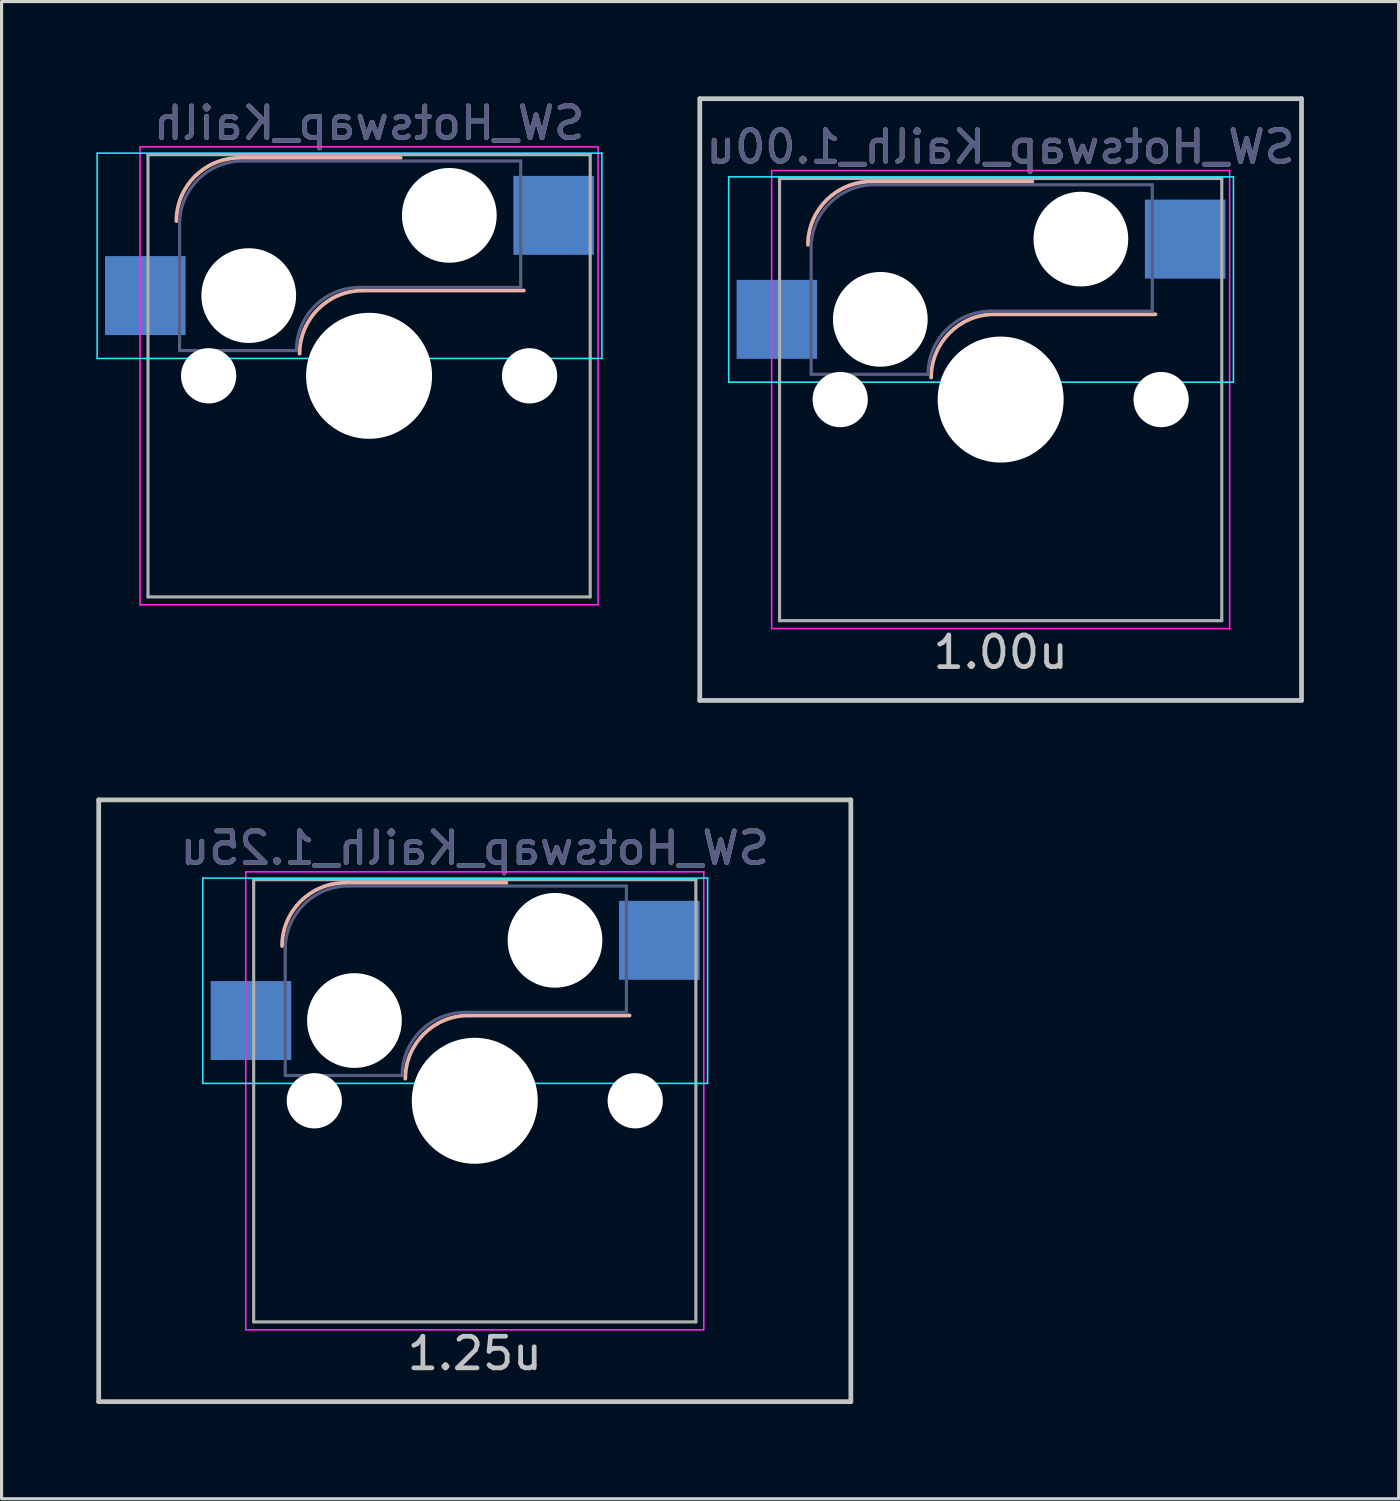
<source format=kicad_pcb>
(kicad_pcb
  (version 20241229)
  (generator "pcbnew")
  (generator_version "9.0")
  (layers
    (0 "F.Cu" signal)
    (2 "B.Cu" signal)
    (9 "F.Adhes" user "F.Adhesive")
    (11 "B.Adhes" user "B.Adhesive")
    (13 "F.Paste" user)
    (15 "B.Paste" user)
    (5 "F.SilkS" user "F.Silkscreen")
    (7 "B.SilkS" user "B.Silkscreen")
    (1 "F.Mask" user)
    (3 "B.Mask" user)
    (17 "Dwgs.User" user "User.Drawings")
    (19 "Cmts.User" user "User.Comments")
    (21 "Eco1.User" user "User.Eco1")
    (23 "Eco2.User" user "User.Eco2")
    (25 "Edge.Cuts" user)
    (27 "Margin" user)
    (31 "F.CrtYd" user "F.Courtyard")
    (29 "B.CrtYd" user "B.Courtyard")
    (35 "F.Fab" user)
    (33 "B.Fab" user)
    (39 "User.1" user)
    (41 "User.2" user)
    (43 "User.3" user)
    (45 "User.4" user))
  (footprint "SW_Hotswap_Kailh_1.25u"
    (layer "F.Cu")
    (at 11.981 31.8)
    (property "Reference" "SW_Hotswap_Kailh_1.25u" (at 0 -8 0) (layer "B.SilkS") (effects (font (size 1 1) (thickness 0.15)) (justify mirror)))
    (attr smd)
    (fp_line (start 1 -6.9) (end -4.1 -6.9) (stroke (width 0.12) (type solid)) (layer "B.SilkS"))
    (fp_line (start 4.9 -2.7) (end -0.2 -2.7) (stroke (width 0.12) (type solid)) (layer "B.SilkS"))
    (fp_arc (start -6.1 -4.9) (mid -5.514214 -6.314214) (end -4.1 -6.9) (stroke (width 0.12) (type solid)) (layer "B.SilkS"))
    (fp_arc (start -2.2 -0.7) (mid -1.614214 -2.114214) (end -0.2 -2.7) (stroke (width 0.12) (type solid)) (layer "B.SilkS"))
    (fp_line (start -11.906 -9.525) (end 11.906 -9.525) (stroke (width 0.15) (type solid)) (layer "Dwgs.User"))
    (fp_line (start -11.906 9.525) (end -11.906 -9.525) (stroke (width 0.15) (type solid)) (layer "Dwgs.User"))
    (fp_line (start 11.906 -9.525) (end 11.906 9.525) (stroke (width 0.15) (type solid)) (layer "Dwgs.User"))
    (fp_line (start 11.906 9.525) (end -11.906 9.525) (stroke (width 0.15) (type solid)) (layer "Dwgs.User"))
    (fp_line (start -8.61 -7.05) (end 7.37 -7.05) (stroke (width 0.05) (type solid)) (layer "B.CrtYd"))
    (fp_line (start -8.61 -0.55) (end -8.61 -7.05) (stroke (width 0.05) (type solid)) (layer "B.CrtYd"))
    (fp_line (start -8.61 -0.55) (end 7.37 -0.55) (stroke (width 0.05) (type solid)) (layer "B.CrtYd"))
    (fp_line (start 7.37 -7.05) (end 7.37 -0.55) (stroke (width 0.05) (type solid)) (layer "B.CrtYd"))
    (fp_line (start -7.25 -7.25) (end 7.25 -7.25) (stroke (width 0.05) (type solid)) (layer "F.CrtYd"))
    (fp_line (start -7.25 7.25) (end -7.25 -7.25) (stroke (width 0.05) (type solid)) (layer "F.CrtYd"))
    (fp_line (start 7.25 -7.25) (end 7.25 7.25) (stroke (width 0.05) (type solid)) (layer "F.CrtYd"))
    (fp_line (start 7.25 7.25) (end -7.25 7.25) (stroke (width 0.05) (type solid)) (layer "F.CrtYd"))
    (fp_line (start -6 -0.8) (end -6 -4.8) (stroke (width 0.1) (type solid)) (layer "B.Fab"))
    (fp_line (start -6 -0.8) (end -2.3 -0.8) (stroke (width 0.1) (type solid)) (layer "B.Fab"))
    (fp_line (start -4 -6.8) (end 4.8 -6.8) (stroke (width 0.1) (type solid)) (layer "B.Fab"))
    (fp_line (start -0.3 -2.8) (end 4.8 -2.8) (stroke (width 0.1) (type solid)) (layer "B.Fab"))
    (fp_line (start 4.8 -6.8) (end 4.8 -2.8) (stroke (width 0.1) (type solid)) (layer "B.Fab"))
    (fp_arc (start -6 -4.8) (mid -5.414214 -6.214214) (end -4 -6.8) (stroke (width 0.1) (type solid)) (layer "B.Fab"))
    (fp_arc (start -2.3 -0.8) (mid -1.714214 -2.214214) (end -0.3 -2.8) (stroke (width 0.1) (type solid)) (layer "B.Fab"))
    (fp_line (start -7 -7) (end 7 -7) (stroke (width 0.1) (type solid)) (layer "F.Fab"))
    (fp_line (start -7 7) (end -7 -7) (stroke (width 0.1) (type solid)) (layer "F.Fab"))
    (fp_line (start 7 -7) (end 7 7) (stroke (width 0.1) (type solid)) (layer "F.Fab"))
    (fp_line (start 7 7) (end -7 7) (stroke (width 0.1) (type solid)) (layer "F.Fab"))
    (fp_text user "1.25u" (at 0 8 0) (layer "Dwgs.User") (effects (font (size 1 1) (thickness 0.15))))
    (fp_text user "${REFERENCE}" (at 0 -8 0) (layer "B.Fab") (effects (font (size 1 1) (thickness 0.15)) (justify mirror)))
    (pad "" np_thru_hole circle (at -5.08 0 48.1) (size 1.75 1.75) (drill 1.75) (layers "*.Cu" "*.Mask"))
    (pad "" np_thru_hole circle (at -3.81 -2.54) (size 3 3) (drill 3) (layers "*.Cu" "*.Mask"))
    (pad "" np_thru_hole circle (at 0 0) (size 3.988 3.988) (drill 3.988) (layers "*.Cu" "*.Mask"))
    (pad "" np_thru_hole circle (at 2.54 -5.08) (size 3 3) (drill 3) (layers "*.Cu" "*.Mask"))
    (pad "" np_thru_hole circle (at 5.08 0 48.1) (size 1.75 1.75) (drill 1.75) (layers "*.Cu" "*.Mask"))
    (pad "1" smd rect (at -7.085 -2.54) (size 2.55 2.5) (layers "B.Cu" "B.Mask" "B.Paste"))
    (pad "2" smd rect (at 5.842 -5.08) (size 2.55 2.5) (layers "B.Cu" "B.Mask" "B.Paste")))
  (footprint "SW_Hotswap_Kailh"
    (layer "F.Cu")
    (at 8.635 8.848)
    (property "Reference" "SW_Hotswap_Kailh" (at 0 -8 0) (layer "B.SilkS") (effects (font (size 1 1) (thickness 0.15)) (justify mirror)))
    (attr smd)
    (fp_line (start 1 -6.9) (end -4.1 -6.9) (stroke (width 0.12) (type solid)) (layer "B.SilkS"))
    (fp_line (start 4.9 -2.7) (end -0.2 -2.7) (stroke (width 0.12) (type solid)) (layer "B.SilkS"))
    (fp_arc (start -6.1 -4.9) (mid -5.514214 -6.314214) (end -4.1 -6.9) (stroke (width 0.12) (type solid)) (layer "B.SilkS"))
    (fp_arc (start -2.2 -0.7) (mid -1.614214 -2.114214) (end -0.2 -2.7) (stroke (width 0.12) (type solid)) (layer "B.SilkS"))
    (fp_line (start -8.61 -7.05) (end 7.37 -7.05) (stroke (width 0.05) (type solid)) (layer "B.CrtYd"))
    (fp_line (start -8.61 -0.55) (end -8.61 -7.05) (stroke (width 0.05) (type solid)) (layer "B.CrtYd"))
    (fp_line (start -8.61 -0.55) (end 7.37 -0.55) (stroke (width 0.05) (type solid)) (layer "B.CrtYd"))
    (fp_line (start 7.37 -7.05) (end 7.37 -0.55) (stroke (width 0.05) (type solid)) (layer "B.CrtYd"))
    (fp_line (start -7.25 -7.25) (end 7.25 -7.25) (stroke (width 0.05) (type solid)) (layer "F.CrtYd"))
    (fp_line (start -7.25 7.25) (end -7.25 -7.25) (stroke (width 0.05) (type solid)) (layer "F.CrtYd"))
    (fp_line (start 7.25 -7.25) (end 7.25 7.25) (stroke (width 0.05) (type solid)) (layer "F.CrtYd"))
    (fp_line (start 7.25 7.25) (end -7.25 7.25) (stroke (width 0.05) (type solid)) (layer "F.CrtYd"))
    (fp_line (start -6 -0.8) (end -6 -4.8) (stroke (width 0.1) (type solid)) (layer "B.Fab"))
    (fp_line (start -6 -0.8) (end -2.3 -0.8) (stroke (width 0.1) (type solid)) (layer "B.Fab"))
    (fp_line (start -4 -6.8) (end 4.8 -6.8) (stroke (width 0.1) (type solid)) (layer "B.Fab"))
    (fp_line (start -0.3 -2.8) (end 4.8 -2.8) (stroke (width 0.1) (type solid)) (layer "B.Fab"))
    (fp_line (start 4.8 -6.8) (end 4.8 -2.8) (stroke (width 0.1) (type solid)) (layer "B.Fab"))
    (fp_arc (start -6 -4.8) (mid -5.414214 -6.214214) (end -4 -6.8) (stroke (width 0.1) (type solid)) (layer "B.Fab"))
    (fp_arc (start -2.3 -0.8) (mid -1.714214 -2.214214) (end -0.3 -2.8) (stroke (width 0.1) (type solid)) (layer "B.Fab"))
    (fp_line (start -7 -7) (end 7 -7) (stroke (width 0.1) (type solid)) (layer "F.Fab"))
    (fp_line (start -7 7) (end -7 -7) (stroke (width 0.1) (type solid)) (layer "F.Fab"))
    (fp_line (start 7 -7) (end 7 7) (stroke (width 0.1) (type solid)) (layer "F.Fab"))
    (fp_line (start 7 7) (end -7 7) (stroke (width 0.1) (type solid)) (layer "F.Fab"))
    (fp_text user "${REFERENCE}" (at 0 -8 0) (layer "B.Fab") (effects (font (size 1 1) (thickness 0.15)) (justify mirror)))
    (pad "" np_thru_hole circle (at -5.08 0 48.1) (size 1.75 1.75) (drill 1.75) (layers "*.Cu" "*.Mask"))
    (pad "" np_thru_hole circle (at -3.81 -2.54) (size 3 3) (drill 3) (layers "*.Cu" "*.Mask"))
    (pad "" np_thru_hole circle (at 0 0) (size 3.988 3.988) (drill 3.988) (layers "*.Cu" "*.Mask"))
    (pad "" np_thru_hole circle (at 2.54 -5.08) (size 3 3) (drill 3) (layers "*.Cu" "*.Mask"))
    (pad "" np_thru_hole circle (at 5.08 0 48.1) (size 1.75 1.75) (drill 1.75) (layers "*.Cu" "*.Mask"))
    (pad "1" smd rect (at -7.085 -2.54) (size 2.55 2.5) (layers "B.Cu" "B.Mask" "B.Paste"))
    (pad "2" smd rect (at 5.842 -5.08) (size 2.55 2.5) (layers "B.Cu" "B.Mask" "B.Paste")))
  (footprint "SW_Hotswap_Kailh_1.00u"
    (layer "F.Cu")
    (at 28.63 9.6)
    (property "Reference" "SW_Hotswap_Kailh_1.00u" (at 0 -8 0) (layer "B.SilkS") (effects (font (size 1 1) (thickness 0.15)) (justify mirror)))
    (attr smd)
    (fp_line (start 1 -6.9) (end -4.1 -6.9) (stroke (width 0.12) (type solid)) (layer "B.SilkS"))
    (fp_line (start 4.9 -2.7) (end -0.2 -2.7) (stroke (width 0.12) (type solid)) (layer "B.SilkS"))
    (fp_arc (start -6.1 -4.9) (mid -5.514214 -6.314214) (end -4.1 -6.9) (stroke (width 0.12) (type solid)) (layer "B.SilkS"))
    (fp_arc (start -2.2 -0.7) (mid -1.614214 -2.114214) (end -0.2 -2.7) (stroke (width 0.12) (type solid)) (layer "B.SilkS"))
    (fp_line (start -9.525 -9.525) (end 9.525 -9.525) (stroke (width 0.15) (type solid)) (layer "Dwgs.User"))
    (fp_line (start -9.525 9.525) (end -9.525 -9.525) (stroke (width 0.15) (type solid)) (layer "Dwgs.User"))
    (fp_line (start 9.525 -9.525) (end 9.525 9.525) (stroke (width 0.15) (type solid)) (layer "Dwgs.User"))
    (fp_line (start 9.525 9.525) (end -9.525 9.525) (stroke (width 0.15) (type solid)) (layer "Dwgs.User"))
    (fp_line (start -8.61 -7.05) (end 7.37 -7.05) (stroke (width 0.05) (type solid)) (layer "B.CrtYd"))
    (fp_line (start -8.61 -0.55) (end -8.61 -7.05) (stroke (width 0.05) (type solid)) (layer "B.CrtYd"))
    (fp_line (start -8.61 -0.55) (end 7.37 -0.55) (stroke (width 0.05) (type solid)) (layer "B.CrtYd"))
    (fp_line (start 7.37 -7.05) (end 7.37 -0.55) (stroke (width 0.05) (type solid)) (layer "B.CrtYd"))
    (fp_line (start -7.25 -7.25) (end 7.25 -7.25) (stroke (width 0.05) (type solid)) (layer "F.CrtYd"))
    (fp_line (start -7.25 7.25) (end -7.25 -7.25) (stroke (width 0.05) (type solid)) (layer "F.CrtYd"))
    (fp_line (start 7.25 -7.25) (end 7.25 7.25) (stroke (width 0.05) (type solid)) (layer "F.CrtYd"))
    (fp_line (start 7.25 7.25) (end -7.25 7.25) (stroke (width 0.05) (type solid)) (layer "F.CrtYd"))
    (fp_line (start -6 -0.8) (end -6 -4.8) (stroke (width 0.1) (type solid)) (layer "B.Fab"))
    (fp_line (start -6 -0.8) (end -2.3 -0.8) (stroke (width 0.1) (type solid)) (layer "B.Fab"))
    (fp_line (start -4 -6.8) (end 4.8 -6.8) (stroke (width 0.1) (type solid)) (layer "B.Fab"))
    (fp_line (start -0.3 -2.8) (end 4.8 -2.8) (stroke (width 0.1) (type solid)) (layer "B.Fab"))
    (fp_line (start 4.8 -6.8) (end 4.8 -2.8) (stroke (width 0.1) (type solid)) (layer "B.Fab"))
    (fp_arc (start -6 -4.8) (mid -5.414214 -6.214214) (end -4 -6.8) (stroke (width 0.1) (type solid)) (layer "B.Fab"))
    (fp_arc (start -2.3 -0.8) (mid -1.714214 -2.214214) (end -0.3 -2.8) (stroke (width 0.1) (type solid)) (layer "B.Fab"))
    (fp_line (start -7 -7) (end 7 -7) (stroke (width 0.1) (type solid)) (layer "F.Fab"))
    (fp_line (start -7 7) (end -7 -7) (stroke (width 0.1) (type solid)) (layer "F.Fab"))
    (fp_line (start 7 -7) (end 7 7) (stroke (width 0.1) (type solid)) (layer "F.Fab"))
    (fp_line (start 7 7) (end -7 7) (stroke (width 0.1) (type solid)) (layer "F.Fab"))
    (fp_text user "1.00u" (at 0 8 0) (layer "Dwgs.User") (effects (font (size 1 1) (thickness 0.15))))
    (fp_text user "${REFERENCE}" (at 0 -8 0) (layer "B.Fab") (effects (font (size 1 1) (thickness 0.15)) (justify mirror)))
    (pad "" np_thru_hole circle (at -5.08 0 48.1) (size 1.75 1.75) (drill 1.75) (layers "*.Cu" "*.Mask"))
    (pad "" np_thru_hole circle (at -3.81 -2.54) (size 3 3) (drill 3) (layers "*.Cu" "*.Mask"))
    (pad "" np_thru_hole circle (at 0 0) (size 3.988 3.988) (drill 3.988) (layers "*.Cu" "*.Mask"))
    (pad "" np_thru_hole circle (at 2.54 -5.08) (size 3 3) (drill 3) (layers "*.Cu" "*.Mask"))
    (pad "" np_thru_hole circle (at 5.08 0 48.1) (size 1.75 1.75) (drill 1.75) (layers "*.Cu" "*.Mask"))
    (pad "1" smd rect (at -7.085 -2.54) (size 2.55 2.5) (layers "B.Cu" "B.Mask" "B.Paste"))
    (pad "2" smd rect (at 5.842 -5.08) (size 2.55 2.5) (layers "B.Cu" "B.Mask" "B.Paste")))
  (gr_rect
    (start -3 -3)
    (end 41.23 44.4)
    (stroke (width 0.1) (type default))
    (fill no)
    (layer "Edge.Cuts")))
</source>
